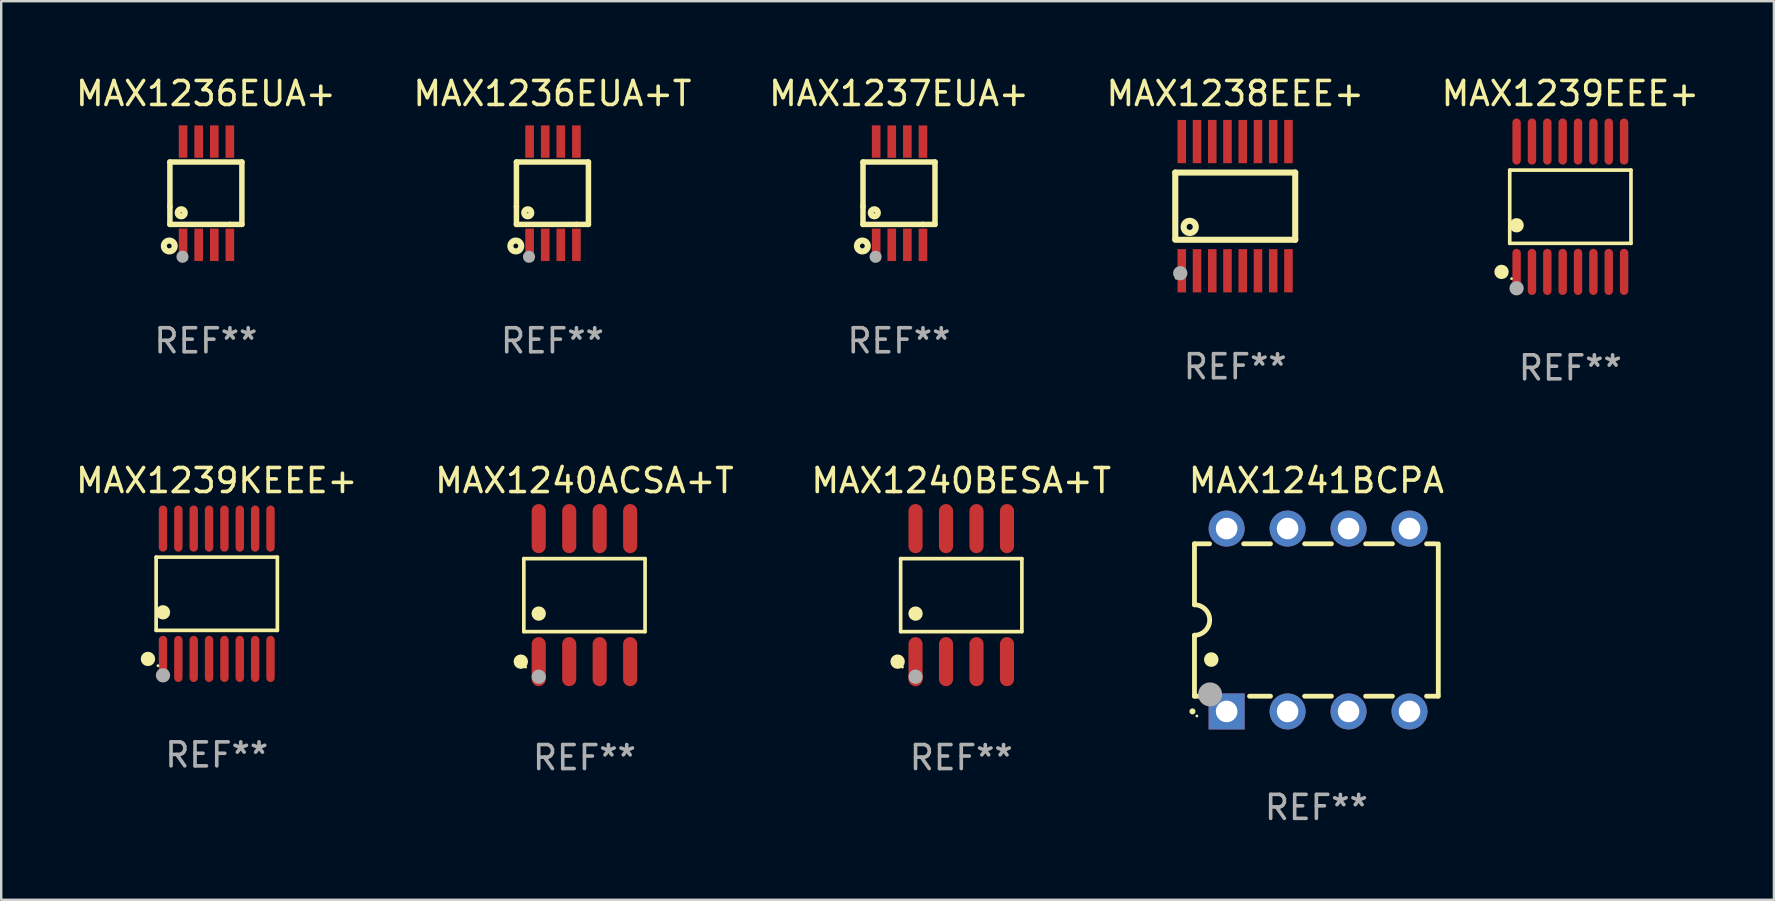
<source format=kicad_pcb>
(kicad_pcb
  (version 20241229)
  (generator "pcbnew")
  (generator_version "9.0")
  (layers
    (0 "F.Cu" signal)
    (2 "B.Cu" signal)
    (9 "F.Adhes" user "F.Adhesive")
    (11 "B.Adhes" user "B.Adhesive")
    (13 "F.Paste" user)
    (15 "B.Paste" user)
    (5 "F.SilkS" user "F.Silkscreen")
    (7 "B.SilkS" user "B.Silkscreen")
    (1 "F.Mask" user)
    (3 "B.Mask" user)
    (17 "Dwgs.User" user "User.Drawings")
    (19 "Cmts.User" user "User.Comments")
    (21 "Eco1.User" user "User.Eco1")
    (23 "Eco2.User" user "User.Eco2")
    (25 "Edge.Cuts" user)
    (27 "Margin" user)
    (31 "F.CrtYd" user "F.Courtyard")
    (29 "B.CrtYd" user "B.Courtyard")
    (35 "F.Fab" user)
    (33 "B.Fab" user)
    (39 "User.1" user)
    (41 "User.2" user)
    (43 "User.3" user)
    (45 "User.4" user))
  (footprint "MAX1238EEE+"
    (layer "F.Cu")
    (at 48.423 5.541)
    (property "Reference" "MAX1238EEE+" (at 0 -4.692 0) (layer "F.SilkS") (effects (font (size 1 1) (thickness 0.15))))
    (attr through_hole)
    (fp_line (start -2.499 1.372) (end -2.499 -1.4) (stroke (width 0.254) (type solid)) (layer "F.SilkS"))
    (fp_line (start 2.499 -1.4) (end -2.499 -1.4) (stroke (width 0.254) (type solid)) (layer "F.SilkS"))
    (fp_line (start 2.499 1.4) (end -2.499 1.4) (stroke (width 0.254) (type solid)) (layer "F.SilkS"))
    (fp_line (start 2.499 1.4) (end 2.499 -1.4) (stroke (width 0.254) (type solid)) (layer "F.SilkS"))
    (fp_circle (center -2.455 3) (end -2.425 3) (stroke (width 0.06) (type solid)) (fill no) (layer "F.SilkS"))
    (fp_circle (center -1.897 0.864) (end -1.643 0.864) (stroke (width 0.254) (type solid)) (fill no) (layer "F.SilkS"))
    (fp_circle (center -2.291 2.794) (end -2.141 2.794) (stroke (width 0.3) (type solid)) (fill no) (layer "F.Fab"))
    (fp_text user "REF**" (at 0 6.692 0) (layer "F.Fab") (effects (font (size 1 1) (thickness 0.15))))
    (pad "1" smd rect (at -2.228 2.692 90) (size 1.803 0.356) (layers "F.Cu" "F.Mask" "F.Paste"))
    (pad "2" smd rect (at -1.593 2.692 90) (size 1.803 0.356) (layers "F.Cu" "F.Mask" "F.Paste"))
    (pad "3" smd rect (at -0.958 2.692 90) (size 1.803 0.356) (layers "F.Cu" "F.Mask" "F.Paste"))
    (pad "4" smd rect (at -0.323 2.692 90) (size 1.803 0.356) (layers "F.Cu" "F.Mask" "F.Paste"))
    (pad "5" smd rect (at 0.312 2.692 90) (size 1.803 0.356) (layers "F.Cu" "F.Mask" "F.Paste"))
    (pad "6" smd rect (at 0.947 2.692 90) (size 1.803 0.356) (layers "F.Cu" "F.Mask" "F.Paste"))
    (pad "7" smd rect (at 1.582 2.692 90) (size 1.803 0.356) (layers "F.Cu" "F.Mask" "F.Paste"))
    (pad "8" smd rect (at 2.217 2.692 90) (size 1.803 0.356) (layers "F.Cu" "F.Mask" "F.Paste"))
    (pad "9" smd rect (at 2.217 -2.692 90) (size 1.803 0.356) (layers "F.Cu" "F.Mask" "F.Paste"))
    (pad "10" smd rect (at 1.582 -2.692 90) (size 1.803 0.356) (layers "F.Cu" "F.Mask" "F.Paste"))
    (pad "11" smd rect (at 0.947 -2.692 90) (size 1.803 0.356) (layers "F.Cu" "F.Mask" "F.Paste"))
    (pad "12" smd rect (at 0.312 -2.692 90) (size 1.803 0.356) (layers "F.Cu" "F.Mask" "F.Paste"))
    (pad "13" smd rect (at -0.323 -2.692 90) (size 1.803 0.356) (layers "F.Cu" "F.Mask" "F.Paste"))
    (pad "14" smd rect (at -0.958 -2.692 90) (size 1.803 0.356) (layers "F.Cu" "F.Mask" "F.Paste"))
    (pad "15" smd rect (at -1.593 -2.692 90) (size 1.803 0.356) (layers "F.Cu" "F.Mask" "F.Paste"))
    (pad "16" smd rect (at -2.228 -2.692 90) (size 1.803 0.356) (layers "F.Cu" "F.Mask" "F.Paste")))
  (footprint "MAX1240BESA+T"
    (layer "F.Cu")
    (at 37.006 21.749)
    (property "Reference" "MAX1240BESA+T" (at 0 -4.772 0) (layer "F.SilkS") (effects (font (size 1 1) (thickness 0.15))))
    (attr through_hole)
    (fp_line (start -2.526 -1.521) (end 2.526 -1.521) (stroke (width 0.152) (type solid)) (layer "F.SilkS"))
    (fp_line (start -2.526 1.521) (end -2.526 -1.521) (stroke (width 0.152) (type solid)) (layer "F.SilkS"))
    (fp_line (start 2.526 -1.521) (end 2.526 1.521) (stroke (width 0.152) (type solid)) (layer "F.SilkS"))
    (fp_line (start 2.526 1.521) (end -2.526 1.521) (stroke (width 0.152) (type solid)) (layer "F.SilkS"))
    (fp_circle (center -2.652 2.772) (end -2.501 2.772) (stroke (width 0.3) (type solid)) (fill no) (layer "F.SilkS"))
    (fp_circle (center -2.45 3) (end -2.42 3) (stroke (width 0.06) (type solid)) (fill no) (layer "F.SilkS"))
    (fp_circle (center -1.905 0.769) (end -1.755 0.769) (stroke (width 0.3) (type solid)) (fill no) (layer "F.SilkS"))
    (fp_circle (center -1.905 3.4) (end -1.755 3.4) (stroke (width 0.3) (type solid)) (fill no) (layer "F.Fab"))
    (fp_text user "REF**" (at 0 6.772 0) (layer "F.Fab") (effects (font (size 1 1) (thickness 0.15))))
    (pad "1" smd oval (at -1.905 2.772) (size 0.588 2.045) (layers "F.Cu" "F.Mask" "F.Paste"))
    (pad "2" smd oval (at -0.635 2.772) (size 0.588 2.045) (layers "F.Cu" "F.Mask" "F.Paste"))
    (pad "3" smd oval (at 0.635 2.772) (size 0.588 2.045) (layers "F.Cu" "F.Mask" "F.Paste"))
    (pad "4" smd oval (at 1.905 2.772) (size 0.588 2.045) (layers "F.Cu" "F.Mask" "F.Paste"))
    (pad "5" smd oval (at 1.905 -2.772) (size 0.588 2.045) (layers "F.Cu" "F.Mask" "F.Paste"))
    (pad "6" smd oval (at 0.635 -2.772) (size 0.588 2.045) (layers "F.Cu" "F.Mask" "F.Paste"))
    (pad "7" smd oval (at -0.635 -2.772) (size 0.588 2.045) (layers "F.Cu" "F.Mask" "F.Paste"))
    (pad "8" smd oval (at -1.905 -2.772) (size 0.588 2.045) (layers "F.Cu" "F.Mask" "F.Paste")))
  (footprint "MAX1241BCPA"
    (layer "F.Cu")
    (at 51.804 22.786)
    (property "Reference" "MAX1241BCPA" (at 0 -5.81 0) (layer "F.SilkS") (effects (font (size 1 1) (thickness 0.15))))
    (attr through_hole)
    (fp_line (start -5.08 -3.175) (end -4.451 -3.175) (stroke (width 0.2) (type solid)) (layer "F.SilkS"))
    (fp_line (start -5.08 -0.635) (end -5.08 -3.175) (stroke (width 0.2) (type solid)) (layer "F.SilkS"))
    (fp_line (start -5.08 3.175) (end -5.08 0.635) (stroke (width 0.2) (type solid)) (layer "F.SilkS"))
    (fp_line (start -4.694 3.175) (end -5.08 3.175) (stroke (width 0.2) (type solid)) (layer "F.SilkS"))
    (fp_line (start -3.029 -3.175) (end -1.911 -3.175) (stroke (width 0.2) (type solid)) (layer "F.SilkS"))
    (fp_line (start -1.911 3.175) (end -2.786 3.175) (stroke (width 0.2) (type solid)) (layer "F.SilkS"))
    (fp_line (start -0.489 -3.175) (end 0.629 -3.175) (stroke (width 0.2) (type solid)) (layer "F.SilkS"))
    (fp_line (start 0.629 3.175) (end -0.489 3.175) (stroke (width 0.2) (type solid)) (layer "F.SilkS"))
    (fp_line (start 2.051 -3.175) (end 3.169 -3.175) (stroke (width 0.2) (type solid)) (layer "F.SilkS"))
    (fp_line (start 3.169 3.175) (end 2.051 3.175) (stroke (width 0.2) (type solid)) (layer "F.SilkS"))
    (fp_line (start 4.591 -3.175) (end 4.97 -3.175) (stroke (width 0.2) (type solid)) (layer "F.SilkS"))
    (fp_line (start 5.074 3.175) (end 4.591 3.175) (stroke (width 0.2) (type solid)) (layer "F.SilkS"))
    (fp_line (start 5.08 -3.175) (end 5.08 3.175) (stroke (width 0.2) (type solid)) (layer "F.SilkS"))
    (fp_arc (start -5.164948 3.810008) (mid -5.164955 3.808738) (end -5.164948 3.807468) (stroke (width 0.25) (type solid)) (layer "F.SilkS"))
    (fp_arc (start -5.081128 -0.635001) (mid -4.446127 0) (end -5.081128 0.635001) (stroke (width 0.2) (type solid)) (layer "F.SilkS"))
    (fp_arc (start -4.380086 1.651003) (mid -4.380097 1.648463) (end -4.380086 1.645923) (stroke (width 0.6) (type solid)) (layer "F.SilkS"))
    (fp_circle (center -4.98 4) (end -4.95 4) (stroke (width 0.06) (type solid)) (fill no) (layer "F.SilkS"))
    (fp_circle (center -4.43 3.1) (end -4.18 3.1) (stroke (width 0.5) (type solid)) (fill no) (layer "F.Fab"))
    (fp_text user "REF**" (at 0 7.81 0) (layer "F.Fab") (effects (font (size 1 1) (thickness 0.15))))
    (pad "1" thru_hole rect (at -3.74 3.81) (size 1.5 1.5) (drill 0.9) (layers "*.Cu" "*.Mask"))
    (pad "2" thru_hole circle (at -1.2 3.81) (size 1.5 1.5) (drill 0.9) (layers "*.Cu" "*.Mask"))
    (pad "3" thru_hole circle (at 1.34 3.81) (size 1.5 1.5) (drill 0.9) (layers "*.Cu" "*.Mask"))
    (pad "4" thru_hole circle (at 3.88 3.81) (size 1.5 1.5) (drill 0.9) (layers "*.Cu" "*.Mask"))
    (pad "5" thru_hole circle (at 3.88 -3.81) (size 1.5 1.5) (drill 0.9) (layers "*.Cu" "*.Mask"))
    (pad "6" thru_hole circle (at 1.34 -3.81) (size 1.5 1.5) (drill 0.9) (layers "*.Cu" "*.Mask"))
    (pad "7" thru_hole circle (at -1.2 -3.81) (size 1.5 1.5) (drill 0.9) (layers "*.Cu" "*.Mask"))
    (pad "8" thru_hole circle (at -3.74 -3.81) (size 1.5 1.5) (drill 0.9) (layers "*.Cu" "*.Mask")))
  (footprint "MAX1239EEE+"
    (layer "F.Cu")
    (at 62.387 5.564)
    (property "Reference" "MAX1239EEE+" (at 0 -4.716 0) (layer "F.SilkS") (effects (font (size 1 1) (thickness 0.15))))
    (attr through_hole)
    (fp_line (start -2.526 -1.526) (end 2.526 -1.526) (stroke (width 0.152) (type solid)) (layer "F.SilkS"))
    (fp_line (start -2.526 1.526) (end -2.526 -1.526) (stroke (width 0.152) (type solid)) (layer "F.SilkS"))
    (fp_line (start 2.526 -1.526) (end 2.526 1.526) (stroke (width 0.152) (type solid)) (layer "F.SilkS"))
    (fp_line (start 2.526 1.526) (end -2.526 1.526) (stroke (width 0.152) (type solid)) (layer "F.SilkS"))
    (fp_circle (center -2.867 2.716) (end -2.717 2.716) (stroke (width 0.3) (type solid)) (fill no) (layer "F.SilkS"))
    (fp_circle (center -2.45 2.997) (end -2.42 2.997) (stroke (width 0.06) (type solid)) (fill no) (layer "F.SilkS"))
    (fp_circle (center -2.24 0.774) (end -2.09 0.774) (stroke (width 0.3) (type solid)) (fill no) (layer "F.SilkS"))
    (fp_circle (center -2.24 3.398) (end -2.09 3.398) (stroke (width 0.3) (type solid)) (fill no) (layer "F.Fab"))
    (fp_text user "REF**" (at 0 6.716 0) (layer "F.Fab") (effects (font (size 1 1) (thickness 0.15))))
    (pad "1" smd oval (at -2.24 2.716) (size 0.35 1.922) (layers "F.Cu" "F.Mask" "F.Paste"))
    (pad "2" smd oval (at -1.6 2.716) (size 0.35 1.922) (layers "F.Cu" "F.Mask" "F.Paste"))
    (pad "3" smd oval (at -0.96 2.716) (size 0.35 1.922) (layers "F.Cu" "F.Mask" "F.Paste"))
    (pad "4" smd oval (at -0.32 2.716) (size 0.35 1.922) (layers "F.Cu" "F.Mask" "F.Paste"))
    (pad "5" smd oval (at 0.32 2.716) (size 0.35 1.922) (layers "F.Cu" "F.Mask" "F.Paste"))
    (pad "6" smd oval (at 0.96 2.716) (size 0.35 1.922) (layers "F.Cu" "F.Mask" "F.Paste"))
    (pad "7" smd oval (at 1.6 2.716) (size 0.35 1.922) (layers "F.Cu" "F.Mask" "F.Paste"))
    (pad "8" smd oval (at 2.24 2.716) (size 0.35 1.922) (layers "F.Cu" "F.Mask" "F.Paste"))
    (pad "9" smd oval (at 2.24 -2.716) (size 0.35 1.922) (layers "F.Cu" "F.Mask" "F.Paste"))
    (pad "10" smd oval (at 1.6 -2.716) (size 0.35 1.922) (layers "F.Cu" "F.Mask" "F.Paste"))
    (pad "11" smd oval (at 0.96 -2.716) (size 0.35 1.922) (layers "F.Cu" "F.Mask" "F.Paste"))
    (pad "12" smd oval (at 0.32 -2.716) (size 0.35 1.922) (layers "F.Cu" "F.Mask" "F.Paste"))
    (pad "13" smd oval (at -0.32 -2.716) (size 0.35 1.922) (layers "F.Cu" "F.Mask" "F.Paste"))
    (pad "14" smd oval (at -0.96 -2.716) (size 0.35 1.922) (layers "F.Cu" "F.Mask" "F.Paste"))
    (pad "15" smd oval (at -1.6 -2.716) (size 0.35 1.922) (layers "F.Cu" "F.Mask" "F.Paste"))
    (pad "16" smd oval (at -2.24 -2.716) (size 0.35 1.922) (layers "F.Cu" "F.Mask" "F.Paste")))
  (footprint "MAX1239KEEE+"
    (layer "F.Cu")
    (at 5.982 21.692)
    (property "Reference" "MAX1239KEEE+" (at 0 -4.716 0) (layer "F.SilkS") (effects (font (size 1 1) (thickness 0.15))))
    (attr through_hole)
    (fp_line (start -2.526 -1.526) (end 2.526 -1.526) (stroke (width 0.152) (type solid)) (layer "F.SilkS"))
    (fp_line (start -2.526 1.526) (end -2.526 -1.526) (stroke (width 0.152) (type solid)) (layer "F.SilkS"))
    (fp_line (start 2.526 -1.526) (end 2.526 1.526) (stroke (width 0.152) (type solid)) (layer "F.SilkS"))
    (fp_line (start 2.526 1.526) (end -2.526 1.526) (stroke (width 0.152) (type solid)) (layer "F.SilkS"))
    (fp_circle (center -2.867 2.716) (end -2.717 2.716) (stroke (width 0.3) (type solid)) (fill no) (layer "F.SilkS"))
    (fp_circle (center -2.45 2.997) (end -2.42 2.997) (stroke (width 0.06) (type solid)) (fill no) (layer "F.SilkS"))
    (fp_circle (center -2.24 0.774) (end -2.09 0.774) (stroke (width 0.3) (type solid)) (fill no) (layer "F.SilkS"))
    (fp_circle (center -2.24 3.398) (end -2.09 3.398) (stroke (width 0.3) (type solid)) (fill no) (layer "F.Fab"))
    (fp_text user "REF**" (at 0 6.716 0) (layer "F.Fab") (effects (font (size 1 1) (thickness 0.15))))
    (pad "1" smd oval (at -2.24 2.716) (size 0.35 1.922) (layers "F.Cu" "F.Mask" "F.Paste"))
    (pad "2" smd oval (at -1.6 2.716) (size 0.35 1.922) (layers "F.Cu" "F.Mask" "F.Paste"))
    (pad "3" smd oval (at -0.96 2.716) (size 0.35 1.922) (layers "F.Cu" "F.Mask" "F.Paste"))
    (pad "4" smd oval (at -0.32 2.716) (size 0.35 1.922) (layers "F.Cu" "F.Mask" "F.Paste"))
    (pad "5" smd oval (at 0.32 2.716) (size 0.35 1.922) (layers "F.Cu" "F.Mask" "F.Paste"))
    (pad "6" smd oval (at 0.96 2.716) (size 0.35 1.922) (layers "F.Cu" "F.Mask" "F.Paste"))
    (pad "7" smd oval (at 1.6 2.716) (size 0.35 1.922) (layers "F.Cu" "F.Mask" "F.Paste"))
    (pad "8" smd oval (at 2.24 2.716) (size 0.35 1.922) (layers "F.Cu" "F.Mask" "F.Paste"))
    (pad "9" smd oval (at 2.24 -2.716) (size 0.35 1.922) (layers "F.Cu" "F.Mask" "F.Paste"))
    (pad "10" smd oval (at 1.6 -2.716) (size 0.35 1.922) (layers "F.Cu" "F.Mask" "F.Paste"))
    (pad "11" smd oval (at 0.96 -2.716) (size 0.35 1.922) (layers "F.Cu" "F.Mask" "F.Paste"))
    (pad "12" smd oval (at 0.32 -2.716) (size 0.35 1.922) (layers "F.Cu" "F.Mask" "F.Paste"))
    (pad "13" smd oval (at -0.32 -2.716) (size 0.35 1.922) (layers "F.Cu" "F.Mask" "F.Paste"))
    (pad "14" smd oval (at -0.96 -2.716) (size 0.35 1.922) (layers "F.Cu" "F.Mask" "F.Paste"))
    (pad "15" smd oval (at -1.6 -2.716) (size 0.35 1.922) (layers "F.Cu" "F.Mask" "F.Paste"))
    (pad "16" smd oval (at -2.24 -2.716) (size 0.35 1.922) (layers "F.Cu" "F.Mask" "F.Paste")))
  (footprint "MAX1237EUA+"
    (layer "F.Cu")
    (at 34.411 5)
    (property "Reference" "MAX1237EUA+" (at 0 -4.152 0) (layer "F.SilkS") (effects (font (size 1 1) (thickness 0.15))))
    (attr through_hole)
    (fp_line (start -1.5 1.301) (end 1 1.301) (stroke (width 0.229) (type solid)) (layer "F.SilkS"))
    (fp_line (start -1.5 -1.299) (end -1.5 0.551) (stroke (width 0.229) (type solid)) (layer "F.SilkS"))
    (fp_line (start -1.5 0.551) (end -1.5 1.301) (stroke (width 0.229) (type solid)) (layer "F.SilkS"))
    (fp_line (start 1 1.301) (end 1.5 1.301) (stroke (width 0.229) (type solid)) (layer "F.SilkS"))
    (fp_line (start 1.5 1.301) (end 1.5 -1.299) (stroke (width 0.229) (type solid)) (layer "F.SilkS"))
    (fp_line (start 1.5 -1.299) (end -1.5 -1.299) (stroke (width 0.229) (type solid)) (layer "F.SilkS"))
    (fp_circle (center -1.526 2.2) (end -1.426 2.2) (stroke (width 0.254) (type solid)) (fill no) (layer "F.SilkS"))
    (fp_circle (center -1.476 2.45) (end -1.446 2.45) (stroke (width 0.06) (type solid)) (fill no) (layer "F.SilkS"))
    (fp_circle (center -1.028 0.817) (end -0.878 0.817) (stroke (width 0.254) (type solid)) (fill no) (layer "F.SilkS"))
    (fp_circle (center -0.976 2.65) (end -0.849 2.65) (stroke (width 0.254) (type solid)) (fill no) (layer "F.Fab"))
    (fp_text user "REF**" (at 0 6.152 0) (layer "F.Fab") (effects (font (size 1 1) (thickness 0.15))))
    (pad "1" smd rect (at -0.951 2.15) (size 0.36 1.35) (layers "F.Cu" "F.Mask" "F.Paste"))
    (pad "2" smd rect (at -0.301 2.152) (size 0.36 1.35) (layers "F.Cu" "F.Mask" "F.Paste"))
    (pad "3" smd rect (at 0.349 2.151) (size 0.36 1.35) (layers "F.Cu" "F.Mask" "F.Paste"))
    (pad "4" smd rect (at 0.999 2.152) (size 0.36 1.35) (layers "F.Cu" "F.Mask" "F.Paste"))
    (pad "5" smd rect (at 0.999 -2.149) (size 0.36 1.35) (layers "F.Cu" "F.Mask" "F.Paste"))
    (pad "6" smd rect (at 0.349 -2.152) (size 0.36 1.35) (layers "F.Cu" "F.Mask" "F.Paste"))
    (pad "7" smd rect (at -0.301 -2.149) (size 0.36 1.35) (layers "F.Cu" "F.Mask" "F.Paste"))
    (pad "8" smd rect (at -0.951 -2.152) (size 0.36 1.35) (layers "F.Cu" "F.Mask" "F.Paste")))
  (footprint "MAX1240ACSA+T"
    (layer "F.Cu")
    (at 21.304 21.749)
    (property "Reference" "MAX1240ACSA+T" (at 0 -4.772 0) (layer "F.SilkS") (effects (font (size 1 1) (thickness 0.15))))
    (attr through_hole)
    (fp_line (start -2.526 -1.521) (end 2.526 -1.521) (stroke (width 0.152) (type solid)) (layer "F.SilkS"))
    (fp_line (start -2.526 1.521) (end -2.526 -1.521) (stroke (width 0.152) (type solid)) (layer "F.SilkS"))
    (fp_line (start 2.526 -1.521) (end 2.526 1.521) (stroke (width 0.152) (type solid)) (layer "F.SilkS"))
    (fp_line (start 2.526 1.521) (end -2.526 1.521) (stroke (width 0.152) (type solid)) (layer "F.SilkS"))
    (fp_circle (center -2.652 2.772) (end -2.501 2.772) (stroke (width 0.3) (type solid)) (fill no) (layer "F.SilkS"))
    (fp_circle (center -2.45 3) (end -2.42 3) (stroke (width 0.06) (type solid)) (fill no) (layer "F.SilkS"))
    (fp_circle (center -1.905 0.769) (end -1.755 0.769) (stroke (width 0.3) (type solid)) (fill no) (layer "F.SilkS"))
    (fp_circle (center -1.905 3.4) (end -1.755 3.4) (stroke (width 0.3) (type solid)) (fill no) (layer "F.Fab"))
    (fp_text user "REF**" (at 0 6.772 0) (layer "F.Fab") (effects (font (size 1 1) (thickness 0.15))))
    (pad "1" smd oval (at -1.905 2.772) (size 0.588 2.045) (layers "F.Cu" "F.Mask" "F.Paste"))
    (pad "2" smd oval (at -0.635 2.772) (size 0.588 2.045) (layers "F.Cu" "F.Mask" "F.Paste"))
    (pad "3" smd oval (at 0.635 2.772) (size 0.588 2.045) (layers "F.Cu" "F.Mask" "F.Paste"))
    (pad "4" smd oval (at 1.905 2.772) (size 0.588 2.045) (layers "F.Cu" "F.Mask" "F.Paste"))
    (pad "5" smd oval (at 1.905 -2.772) (size 0.588 2.045) (layers "F.Cu" "F.Mask" "F.Paste"))
    (pad "6" smd oval (at 0.635 -2.772) (size 0.588 2.045) (layers "F.Cu" "F.Mask" "F.Paste"))
    (pad "7" smd oval (at -0.635 -2.772) (size 0.588 2.045) (layers "F.Cu" "F.Mask" "F.Paste"))
    (pad "8" smd oval (at -1.905 -2.772) (size 0.588 2.045) (layers "F.Cu" "F.Mask" "F.Paste")))
  (footprint "MAX1236EUA+T"
    (layer "F.Cu")
    (at 19.97 5)
    (property "Reference" "MAX1236EUA+T" (at 0 -4.152 0) (layer "F.SilkS") (effects (font (size 1 1) (thickness 0.15))))
    (attr through_hole)
    (fp_line (start -1.5 1.301) (end 1 1.301) (stroke (width 0.229) (type solid)) (layer "F.SilkS"))
    (fp_line (start -1.5 -1.299) (end -1.5 0.551) (stroke (width 0.229) (type solid)) (layer "F.SilkS"))
    (fp_line (start -1.5 0.551) (end -1.5 1.301) (stroke (width 0.229) (type solid)) (layer "F.SilkS"))
    (fp_line (start 1 1.301) (end 1.5 1.301) (stroke (width 0.229) (type solid)) (layer "F.SilkS"))
    (fp_line (start 1.5 1.301) (end 1.5 -1.299) (stroke (width 0.229) (type solid)) (layer "F.SilkS"))
    (fp_line (start 1.5 -1.299) (end -1.5 -1.299) (stroke (width 0.229) (type solid)) (layer "F.SilkS"))
    (fp_circle (center -1.526 2.2) (end -1.426 2.2) (stroke (width 0.254) (type solid)) (fill no) (layer "F.SilkS"))
    (fp_circle (center -1.476 2.45) (end -1.446 2.45) (stroke (width 0.06) (type solid)) (fill no) (layer "F.SilkS"))
    (fp_circle (center -1.028 0.817) (end -0.878 0.817) (stroke (width 0.254) (type solid)) (fill no) (layer "F.SilkS"))
    (fp_circle (center -0.976 2.65) (end -0.849 2.65) (stroke (width 0.254) (type solid)) (fill no) (layer "F.Fab"))
    (fp_text user "REF**" (at 0 6.152 0) (layer "F.Fab") (effects (font (size 1 1) (thickness 0.15))))
    (pad "1" smd rect (at -0.951 2.15) (size 0.36 1.35) (layers "F.Cu" "F.Mask" "F.Paste"))
    (pad "2" smd rect (at -0.301 2.152) (size 0.36 1.35) (layers "F.Cu" "F.Mask" "F.Paste"))
    (pad "3" smd rect (at 0.349 2.151) (size 0.36 1.35) (layers "F.Cu" "F.Mask" "F.Paste"))
    (pad "4" smd rect (at 0.999 2.152) (size 0.36 1.35) (layers "F.Cu" "F.Mask" "F.Paste"))
    (pad "5" smd rect (at 0.999 -2.149) (size 0.36 1.35) (layers "F.Cu" "F.Mask" "F.Paste"))
    (pad "6" smd rect (at 0.349 -2.152) (size 0.36 1.35) (layers "F.Cu" "F.Mask" "F.Paste"))
    (pad "7" smd rect (at -0.301 -2.149) (size 0.36 1.35) (layers "F.Cu" "F.Mask" "F.Paste"))
    (pad "8" smd rect (at -0.951 -2.152) (size 0.36 1.35) (layers "F.Cu" "F.Mask" "F.Paste")))
  (footprint "MAX1236EUA+"
    (layer "F.Cu")
    (at 5.53 5)
    (property "Reference" "MAX1236EUA+" (at 0 -4.152 0) (layer "F.SilkS") (effects (font (size 1 1) (thickness 0.15))))
    (attr through_hole)
    (fp_line (start -1.5 1.301) (end 1 1.301) (stroke (width 0.229) (type solid)) (layer "F.SilkS"))
    (fp_line (start -1.5 -1.299) (end -1.5 0.551) (stroke (width 0.229) (type solid)) (layer "F.SilkS"))
    (fp_line (start -1.5 0.551) (end -1.5 1.301) (stroke (width 0.229) (type solid)) (layer "F.SilkS"))
    (fp_line (start 1 1.301) (end 1.5 1.301) (stroke (width 0.229) (type solid)) (layer "F.SilkS"))
    (fp_line (start 1.5 1.301) (end 1.5 -1.299) (stroke (width 0.229) (type solid)) (layer "F.SilkS"))
    (fp_line (start 1.5 -1.299) (end -1.5 -1.299) (stroke (width 0.229) (type solid)) (layer "F.SilkS"))
    (fp_circle (center -1.526 2.2) (end -1.426 2.2) (stroke (width 0.254) (type solid)) (fill no) (layer "F.SilkS"))
    (fp_circle (center -1.476 2.45) (end -1.446 2.45) (stroke (width 0.06) (type solid)) (fill no) (layer "F.SilkS"))
    (fp_circle (center -1.028 0.817) (end -0.878 0.817) (stroke (width 0.254) (type solid)) (fill no) (layer "F.SilkS"))
    (fp_circle (center -0.976 2.65) (end -0.849 2.65) (stroke (width 0.254) (type solid)) (fill no) (layer "F.Fab"))
    (fp_text user "REF**" (at 0 6.152 0) (layer "F.Fab") (effects (font (size 1 1) (thickness 0.15))))
    (pad "1" smd rect (at -0.951 2.15) (size 0.36 1.35) (layers "F.Cu" "F.Mask" "F.Paste"))
    (pad "2" smd rect (at -0.301 2.152) (size 0.36 1.35) (layers "F.Cu" "F.Mask" "F.Paste"))
    (pad "3" smd rect (at 0.349 2.151) (size 0.36 1.35) (layers "F.Cu" "F.Mask" "F.Paste"))
    (pad "4" smd rect (at 0.999 2.152) (size 0.36 1.35) (layers "F.Cu" "F.Mask" "F.Paste"))
    (pad "5" smd rect (at 0.999 -2.149) (size 0.36 1.35) (layers "F.Cu" "F.Mask" "F.Paste"))
    (pad "6" smd rect (at 0.349 -2.152) (size 0.36 1.35) (layers "F.Cu" "F.Mask" "F.Paste"))
    (pad "7" smd rect (at -0.301 -2.149) (size 0.36 1.35) (layers "F.Cu" "F.Mask" "F.Paste"))
    (pad "8" smd rect (at -0.951 -2.152) (size 0.36 1.35) (layers "F.Cu" "F.Mask" "F.Paste")))
  (gr_rect
    (start -3 -3)
    (end 70.869 34.445)
    (stroke (width 0.1) (type default))
    (fill no)
    (layer "Edge.Cuts")))
</source>
